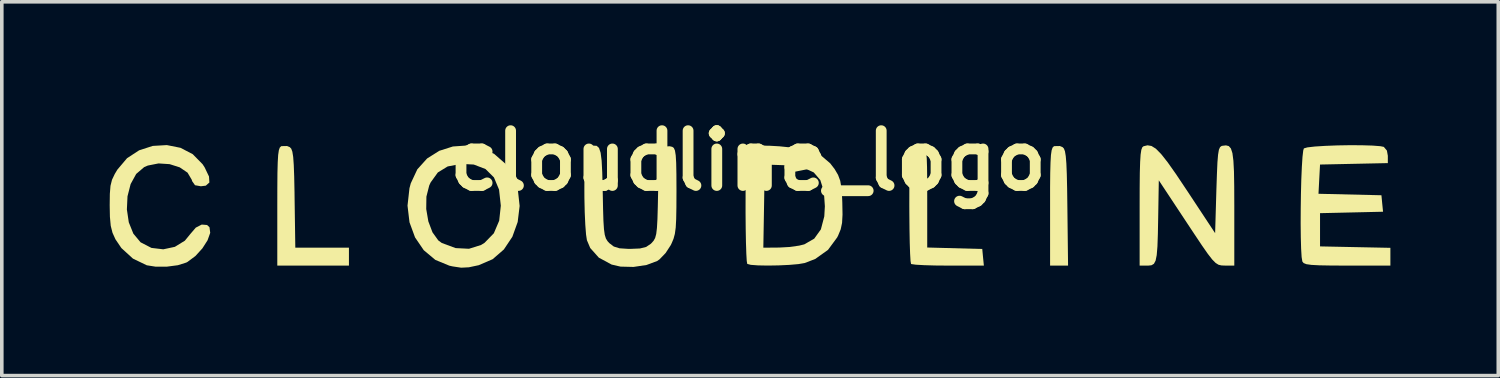
<source format=kicad_pcb>
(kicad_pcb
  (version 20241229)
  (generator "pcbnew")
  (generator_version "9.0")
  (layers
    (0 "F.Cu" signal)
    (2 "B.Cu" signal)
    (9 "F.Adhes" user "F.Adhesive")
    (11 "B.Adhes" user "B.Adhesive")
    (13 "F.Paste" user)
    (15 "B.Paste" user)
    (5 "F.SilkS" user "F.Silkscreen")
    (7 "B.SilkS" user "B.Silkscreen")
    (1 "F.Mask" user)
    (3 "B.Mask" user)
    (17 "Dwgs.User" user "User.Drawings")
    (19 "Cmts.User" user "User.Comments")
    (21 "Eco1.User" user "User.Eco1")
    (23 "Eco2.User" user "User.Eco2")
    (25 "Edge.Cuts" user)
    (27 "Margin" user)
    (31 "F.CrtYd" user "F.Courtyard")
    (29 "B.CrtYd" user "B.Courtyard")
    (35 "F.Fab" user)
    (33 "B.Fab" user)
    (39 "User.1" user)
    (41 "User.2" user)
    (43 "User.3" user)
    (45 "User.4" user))
  (footprint "cloudline_logo"
    (layer "F.Cu")
    (at 17.751 1.418)
    (property "Reference" "cloudline_logo" (at 0 0 0) (layer "F.SilkS") (effects (font (size 1.524 1.524) (thickness 0.3))))
    (attr through_hole)
    (fp_poly (pts (xy 8.743 -0.377) (xy 8.781 -0.337) (xy 8.81 -0.26) (xy 8.832 -0.127) (xy 8.849 0.079) (xy 8.861 0.374) (xy 8.87 0.777) (xy 8.877 1.305) (xy 8.877 1.306) (xy 8.896 2.917) (xy 8.396 2.917) (xy 8.396 1.278) (xy 8.396 0.749) (xy 8.4 0.345) (xy 8.408 0.049) (xy 8.42 -0.157) (xy 8.439 -0.288) (xy 8.465 -0.364) (xy 8.5 -0.399) (xy 8.512 -0.405) (xy 8.668 -0.408)) (stroke (width 0) (type solid)) (fill yes) (layer "F.SilkS"))
    (fp_poly (pts (xy -12.744 -0.377) (xy -12.703 -0.334) (xy -12.672 -0.249) (xy -12.649 -0.104) (xy -12.633 0.12) (xy -12.621 0.442) (xy -12.612 0.88) (xy -12.61 1.057) (xy -12.59 2.419) (xy -11.099 2.419) (xy -11.099 2.917) (xy -13.091 2.917) (xy -13.091 1.278) (xy -13.09 0.749) (xy -13.087 0.345) (xy -13.079 0.049) (xy -13.067 -0.157) (xy -13.048 -0.288) (xy -13.022 -0.364) (xy -12.987 -0.399) (xy -12.975 -0.405) (xy -12.819 -0.408)) (stroke (width 0) (type solid)) (fill yes) (layer "F.SilkS"))
    (fp_poly (pts (xy 4.848 -0.388) (xy 4.894 -0.365) (xy 4.928 -0.315) (xy 4.951 -0.219) (xy 4.967 -0.059) (xy 4.975 0.185) (xy 4.979 0.532) (xy 4.98 1.001) (xy 4.98 1.034) (xy 4.98 2.414) (xy 6.51 2.455) (xy 6.532 2.686) (xy 6.555 2.917) (xy 5.566 2.917) (xy 5.204 2.914) (xy 4.895 2.905) (xy 4.665 2.892) (xy 4.542 2.875) (xy 4.53 2.87) (xy 4.516 2.788) (xy 4.504 2.584) (xy 4.494 2.281) (xy 4.487 1.898) (xy 4.483 1.457) (xy 4.482 1.241) (xy 4.483 0.722) (xy 4.487 0.328) (xy 4.495 0.041) (xy 4.508 -0.156) (xy 4.528 -0.28) (xy 4.556 -0.35) (xy 4.592 -0.383) (xy 4.599 -0.385) (xy 4.766 -0.403)) (stroke (width 0) (type solid)) (fill yes) (layer "F.SilkS"))
    (fp_poly (pts (xy 17.072 -0.429) (xy 17.364 -0.42) (xy 17.581 -0.403) (xy 17.675 -0.384) (xy 17.761 -0.282) (xy 17.787 -0.137) (xy 17.787 0.067) (xy 15.902 0.107) (xy 15.88 0.514) (xy 15.859 0.92) (xy 17.609 0.961) (xy 17.631 1.19) (xy 17.654 1.419) (xy 16.778 1.439) (xy 15.902 1.459) (xy 15.902 2.383) (xy 16.88 2.403) (xy 17.858 2.423) (xy 17.858 2.917) (xy 16.656 2.917) (xy 16.209 2.915) (xy 15.884 2.909) (xy 15.661 2.897) (xy 15.521 2.877) (xy 15.445 2.846) (xy 15.411 2.805) (xy 15.39 2.679) (xy 15.376 2.443) (xy 15.367 2.124) (xy 15.363 1.747) (xy 15.365 1.338) (xy 15.371 0.923) (xy 15.381 0.527) (xy 15.396 0.177) (xy 15.414 -0.102) (xy 15.435 -0.284) (xy 15.453 -0.342) (xy 15.55 -0.37) (xy 15.758 -0.394) (xy 16.045 -0.412) (xy 16.381 -0.425) (xy 16.733 -0.431)) (stroke (width 0) (type solid)) (fill yes) (layer "F.SilkS"))
    (fp_poly (pts (xy -7.421 -0.354) (xy -7.059 -0.187) (xy -6.752 0.081) (xy -6.566 0.358) (xy -6.403 0.803) (xy -6.353 1.259) (xy -6.407 1.704) (xy -6.555 2.115) (xy -6.791 2.468) (xy -7.104 2.739) (xy -7.488 2.905) (xy -7.492 2.906) (xy -7.764 2.964) (xy -7.978 2.975) (xy -8.212 2.94) (xy -8.307 2.919) (xy -8.697 2.758) (xy -9.019 2.488) (xy -9.261 2.133) (xy -9.415 1.713) (xy -9.459 1.344) (xy -8.95 1.344) (xy -8.891 1.688) (xy -8.776 1.992) (xy -8.614 2.217) (xy -8.517 2.288) (xy -8.133 2.43) (xy -7.761 2.449) (xy -7.426 2.344) (xy -7.328 2.283) (xy -7.07 2.018) (xy -6.921 1.668) (xy -6.876 1.251) (xy -6.925 0.805) (xy -7.067 0.465) (xy -7.302 0.232) (xy -7.628 0.107) (xy -7.985 0.089) (xy -8.354 0.16) (xy -8.627 0.327) (xy -8.827 0.604) (xy -8.867 0.691) (xy -8.945 0.999) (xy -8.95 1.344) (xy -9.459 1.344) (xy -9.47 1.249) (xy -9.416 0.765) (xy -9.38 0.63) (xy -9.198 0.241) (xy -8.926 -0.061) (xy -8.589 -0.274) (xy -8.209 -0.395) (xy -7.812 -0.423)) (stroke (width 0) (type solid)) (fill yes) (layer "F.SilkS"))
    (fp_poly (pts (xy 11.216 -0.409) (xy 11.338 -0.333) (xy 11.483 -0.186) (xy 11.665 0.044) (xy 11.895 0.37) (xy 12.185 0.804) (xy 12.202 0.829) (xy 12.985 2.015) (xy 13.02 0.813) (xy 13.035 0.37) (xy 13.049 0.05) (xy 13.067 -0.168) (xy 13.09 -0.304) (xy 13.122 -0.377) (xy 13.164 -0.409) (xy 13.184 -0.414) (xy 13.286 -0.426) (xy 13.365 -0.406) (xy 13.424 -0.339) (xy 13.466 -0.209) (xy 13.493 -0.001) (xy 13.509 0.3) (xy 13.516 0.711) (xy 13.518 1.246) (xy 13.518 1.325) (xy 13.518 2.917) (xy 13.251 2.916) (xy 13.159 2.912) (xy 13.079 2.893) (xy 12.999 2.843) (xy 12.904 2.747) (xy 12.781 2.589) (xy 12.617 2.354) (xy 12.398 2.026) (xy 12.202 1.73) (xy 11.419 0.546) (xy 11.402 1.572) (xy 11.393 2.04) (xy 11.381 2.385) (xy 11.361 2.625) (xy 11.33 2.779) (xy 11.283 2.867) (xy 11.216 2.907) (xy 11.125 2.917) (xy 11.098 2.917) (xy 10.886 2.917) (xy 10.886 1.278) (xy 10.887 0.744) (xy 10.891 0.336) (xy 10.9 0.036) (xy 10.913 -0.17) (xy 10.933 -0.301) (xy 10.96 -0.373) (xy 10.993 -0.401) (xy 11.105 -0.428)) (stroke (width 0) (type solid)) (fill yes) (layer "F.SilkS"))
    (fp_poly (pts (xy -15.782 -0.358) (xy -15.442 -0.181) (xy -15.168 0.098) (xy -15.111 0.186) (xy -14.99 0.439) (xy -14.979 0.606) (xy -15.078 0.694) (xy -15.216 0.711) (xy -15.379 0.682) (xy -15.459 0.568) (xy -15.469 0.531) (xy -15.586 0.333) (xy -15.804 0.185) (xy -16.085 0.096) (xy -16.393 0.076) (xy -16.691 0.135) (xy -16.793 0.179) (xy -17.014 0.368) (xy -17.169 0.65) (xy -17.256 0.991) (xy -17.273 1.357) (xy -17.22 1.714) (xy -17.093 2.029) (xy -16.893 2.268) (xy -16.89 2.27) (xy -16.59 2.425) (xy -16.261 2.464) (xy -15.939 2.395) (xy -15.661 2.224) (xy -15.503 2.031) (xy -15.357 1.861) (xy -15.192 1.776) (xy -15.043 1.788) (xy -14.976 1.851) (xy -14.956 2.006) (xy -15.03 2.213) (xy -15.174 2.438) (xy -15.367 2.65) (xy -15.587 2.814) (xy -15.623 2.833) (xy -15.854 2.906) (xy -16.159 2.946) (xy -16.472 2.947) (xy -16.72 2.908) (xy -17.104 2.723) (xy -17.426 2.429) (xy -17.592 2.184) (xy -17.673 2.004) (xy -17.722 1.811) (xy -17.745 1.56) (xy -17.751 1.24) (xy -17.747 0.921) (xy -17.729 0.699) (xy -17.687 0.531) (xy -17.611 0.371) (xy -17.538 0.249) (xy -17.269 -0.069) (xy -16.932 -0.289) (xy -16.554 -0.411) (xy -16.162 -0.434)) (stroke (width 0) (type solid)) (fill yes) (layer "F.SilkS"))
    (fp_poly (pts (xy 0.589 -0.416) (xy 0.872 -0.4) (xy 1.374 -0.348) (xy 1.76 -0.258) (xy 2.055 -0.121) (xy 2.283 0.074) (xy 2.406 0.234) (xy 2.501 0.396) (xy 2.561 0.558) (xy 2.596 0.765) (xy 2.615 1.058) (xy 2.619 1.169) (xy 2.625 1.498) (xy 2.612 1.73) (xy 2.574 1.909) (xy 2.503 2.081) (xy 2.476 2.134) (xy 2.221 2.48) (xy 1.865 2.733) (xy 1.574 2.845) (xy 1.399 2.875) (xy 1.145 2.897) (xy 0.849 2.911) (xy 0.548 2.916) (xy 0.277 2.911) (xy 0.075 2.896) (xy -0.023 2.87) (xy -0.024 2.87) (xy -0.038 2.788) (xy -0.05 2.584) (xy -0.055 2.419) (xy 0.423 2.419) (xy 0.87 2.415) (xy 1.155 2.399) (xy 1.421 2.361) (xy 1.563 2.326) (xy 1.839 2.167) (xy 2.023 1.91) (xy 2.118 1.548) (xy 2.134 1.267) (xy 2.105 0.847) (xy 2.007 0.539) (xy 1.826 0.327) (xy 1.545 0.198) (xy 1.151 0.134) (xy 0.983 0.125) (xy 0.462 0.107) (xy 0.443 1.263) (xy 0.423 2.419) (xy -0.055 2.419) (xy -0.06 2.282) (xy -0.067 1.9) (xy -0.071 1.462) (xy -0.071 1.278) (xy -0.07 0.757) (xy -0.065 0.361) (xy -0.055 0.072) (xy -0.04 -0.127) (xy -0.017 -0.256) (xy 0.014 -0.33) (xy 0.038 -0.358) (xy 0.135 -0.4) (xy 0.311 -0.419)) (stroke (width 0) (type solid)) (fill yes) (layer "F.SilkS"))
    (fp_poly (pts (xy -4.209 -0.413) (xy -4.145 -0.352) (xy -4.101 -0.221) (xy -4.073 -0.002) (xy -4.056 0.321) (xy -4.045 0.766) (xy -4.042 0.893) (xy -4.033 1.343) (xy -4.023 1.672) (xy -4.008 1.903) (xy -3.986 2.06) (xy -3.954 2.164) (xy -3.908 2.238) (xy -3.859 2.292) (xy -3.734 2.387) (xy -3.574 2.436) (xy -3.33 2.452) (xy -3.273 2.452) (xy -3.008 2.441) (xy -2.837 2.399) (xy -2.709 2.313) (xy -2.687 2.292) (xy -2.628 2.226) (xy -2.585 2.149) (xy -2.555 2.037) (xy -2.535 1.87) (xy -2.521 1.623) (xy -2.511 1.275) (xy -2.503 0.891) (xy -2.494 0.44) (xy -2.483 0.112) (xy -2.468 -0.114) (xy -2.447 -0.258) (xy -2.418 -0.34) (xy -2.377 -0.38) (xy -2.353 -0.39) (xy -2.182 -0.402) (xy -2.109 -0.385) (xy -2.065 -0.353) (xy -2.034 -0.281) (xy -2.013 -0.15) (xy -2 0.062) (xy -1.994 0.374) (xy -1.992 0.806) (xy -1.992 0.846) (xy -1.994 1.292) (xy -2 1.621) (xy -2.013 1.86) (xy -2.037 2.035) (xy -2.074 2.172) (xy -2.127 2.298) (xy -2.152 2.349) (xy -2.293 2.566) (xy -2.462 2.742) (xy -2.528 2.789) (xy -2.825 2.9) (xy -3.187 2.954) (xy -3.549 2.945) (xy -3.795 2.888) (xy -4.151 2.696) (xy -4.39 2.428) (xy -4.482 2.211) (xy -4.506 2.053) (xy -4.527 1.784) (xy -4.543 1.435) (xy -4.552 1.037) (xy -4.553 0.805) (xy -4.552 0.374) (xy -4.547 0.065) (xy -4.536 -0.144) (xy -4.516 -0.274) (xy -4.486 -0.346) (xy -4.442 -0.38) (xy -4.421 -0.388) (xy -4.3 -0.419)) (stroke (width 0) (type solid)) (fill yes) (layer "F.SilkS")))
  (gr_rect
    (start -3 -3)
    (end 38.609 7.393)
    (stroke (width 0.1) (type default))
    (fill no)
    (layer "Edge.Cuts")))
</source>
